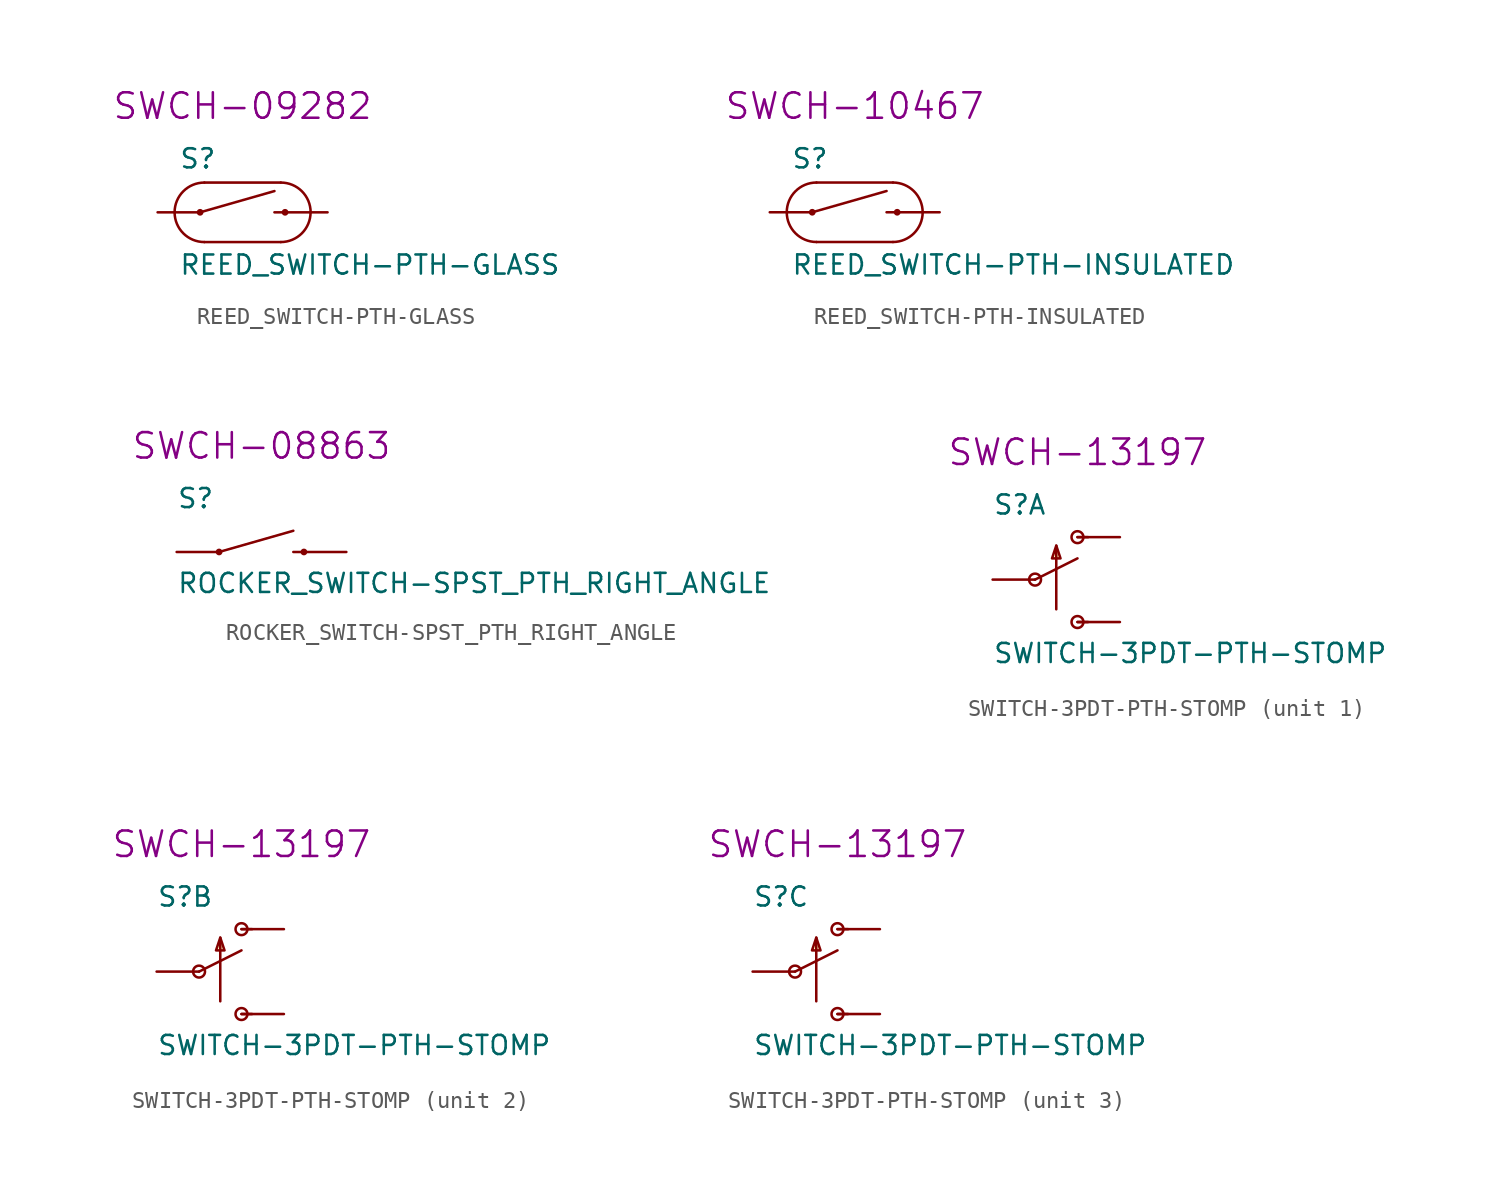
<source format=kicad_sym>
(kicad_symbol_lib
  (version 20211014)
  (generator kicad_symbol_editor)
  (symbol "REED_SWITCH-PTH-GLASS"
    (pin_numbers hide)
    (pin_names
      (offset 1.016) hide)
    (property "Reference" "S"
      (at -3.81 2.54 0)
      (effects (font (size 1.143 1.143)) (justify left bottom)))
    (property "Value" "REED_SWITCH-PTH-GLASS"
      (at -3.81 -3.81 0)
      (effects (font (size 1.143 1.143)) (justify left bottom)))
    (property "Field4" "SWCH-09282"
      (at 0 6.35 0)
      (effects (font (size 1.524 1.524))))
    (property "ki_locked" ""
      (at 0 0 0)
      (effects (font (size 1.27 1.27))))
    (symbol "REED_SWITCH-PTH-GLASS_1_0"
      (polyline (pts (xy -2.54 0) (xy 1.905 1.27)) (stroke (width 0) (type default) (color 0 0 0 0)) (fill (type none)))
      (polyline (pts (xy -2.286 1.778) (xy 2.286 1.778)) (stroke (width 0) (type default) (color 0 0 0 0)) (fill (type none)))
      (polyline (pts (xy 1.905 0) (xy 2.54 0)) (stroke (width 0) (type default) (color 0 0 0 0)) (fill (type none)))
      (polyline (pts (xy 2.286 -1.778) (xy -2.286 -1.778)) (stroke (width 0) (type default) (color 0 0 0 0)) (fill (type none))))
    (symbol "REED_SWITCH-PTH-GLASS_1_1"
      (arc (start -4.064 0) (mid -3.5432 -1.2572) (end -2.286 -1.778) (stroke (width 0) (type default) (color 0 0 0 0)) (fill (type none)))
      (circle (center -2.54 0) (radius 0.127) (stroke (width 0) (type default) (color 0 0 0 0)) (fill (type outline)))
      (arc (start -2.286 1.778) (mid -3.5432 1.2572) (end -4.064 0) (stroke (width 0) (type default) (color 0 0 0 0)) (fill (type none)))
      (arc (start 2.286 -1.778) (mid 3.5432 -1.2572) (end 4.064 0) (stroke (width 0) (type default) (color 0 0 0 0)) (fill (type none)))
      (circle (center 2.54 0) (radius 0.127) (stroke (width 0) (type default) (color 0 0 0 0)) (fill (type outline)))
      (arc (start 4.064 0) (mid 3.5432 1.2572) (end 2.286 1.778) (stroke (width 0) (type default) (color 0 0 0 0)) (fill (type none)))
      (pin passive line (at -5.08 0 0) (length 2.54) (name "1" (effects (font (size 1.016 1.016)))) (number "P$1" (effects (font (size 1.016 1.016)))))
      (pin passive line (at 5.08 0 180) (length 2.54) (name "2" (effects (font (size 1.016 1.016)))) (number "P$2" (effects (font (size 1.016 1.016)))))))
  (symbol "REED_SWITCH-PTH-INSULATED"
    (pin_numbers hide)
    (pin_names
      (offset 1.016) hide)
    (property "Reference" "S"
      (at -3.81 2.54 0)
      (effects (font (size 1.143 1.143)) (justify left bottom)))
    (property "Value" "REED_SWITCH-PTH-INSULATED"
      (at -3.81 -3.81 0)
      (effects (font (size 1.143 1.143)) (justify left bottom)))
    (property "Field4" "SWCH-10467"
      (at 0 6.35 0)
      (effects (font (size 1.524 1.524))))
    (property "ki_locked" ""
      (at 0 0 0)
      (effects (font (size 1.27 1.27))))
    (symbol "REED_SWITCH-PTH-INSULATED_1_0"
      (polyline (pts (xy -2.54 0) (xy 1.905 1.27)) (stroke (width 0) (type default) (color 0 0 0 0)) (fill (type none)))
      (polyline (pts (xy -2.286 1.778) (xy 2.286 1.778)) (stroke (width 0) (type default) (color 0 0 0 0)) (fill (type none)))
      (polyline (pts (xy 1.905 0) (xy 2.54 0)) (stroke (width 0) (type default) (color 0 0 0 0)) (fill (type none)))
      (polyline (pts (xy 2.286 -1.778) (xy -2.286 -1.778)) (stroke (width 0) (type default) (color 0 0 0 0)) (fill (type none))))
    (symbol "REED_SWITCH-PTH-INSULATED_1_1"
      (arc (start -4.064 0) (mid -3.5432 -1.2572) (end -2.286 -1.778) (stroke (width 0) (type default) (color 0 0 0 0)) (fill (type none)))
      (circle (center -2.54 0) (radius 0.127) (stroke (width 0) (type default) (color 0 0 0 0)) (fill (type outline)))
      (arc (start -2.286 1.778) (mid -3.5432 1.2572) (end -4.064 0) (stroke (width 0) (type default) (color 0 0 0 0)) (fill (type none)))
      (arc (start 2.286 -1.778) (mid 3.5432 -1.2572) (end 4.064 0) (stroke (width 0) (type default) (color 0 0 0 0)) (fill (type none)))
      (circle (center 2.54 0) (radius 0.127) (stroke (width 0) (type default) (color 0 0 0 0)) (fill (type outline)))
      (arc (start 4.064 0) (mid 3.5432 1.2572) (end 2.286 1.778) (stroke (width 0) (type default) (color 0 0 0 0)) (fill (type none)))
      (pin passive line (at -5.08 0 0) (length 2.54) (name "1" (effects (font (size 1.016 1.016)))) (number "P$1" (effects (font (size 1.016 1.016)))))
      (pin passive line (at 5.08 0 180) (length 2.54) (name "2" (effects (font (size 1.016 1.016)))) (number "P$2" (effects (font (size 1.016 1.016)))))))
  (symbol "ROCKER_SWITCH-SPST_PTH_RIGHT_ANGLE"
    (pin_numbers hide)
    (pin_names
      (offset 1.016) hide)
    (property "Reference" "S"
      (at -5.08 2.54 0)
      (effects (font (size 1.143 1.143)) (justify left bottom)))
    (property "Value" "ROCKER_SWITCH-SPST_PTH_RIGHT_ANGLE"
      (at -5.08 -2.54 0)
      (effects (font (size 1.143 1.143)) (justify left bottom)))
    (property "Field4" "SWCH-08863"
      (at 0 6.35 0)
      (effects (font (size 1.524 1.524))))
    (property "ki_locked" ""
      (at 0 0 0)
      (effects (font (size 1.27 1.27))))
    (symbol "ROCKER_SWITCH-SPST_PTH_RIGHT_ANGLE_1_0"
      (polyline (pts (xy -2.54 0) (xy 1.905 1.27)) (stroke (width 0) (type default) (color 0 0 0 0)) (fill (type none)))
      (polyline (pts (xy 1.905 0) (xy 2.54 0)) (stroke (width 0) (type default) (color 0 0 0 0)) (fill (type none))))
    (symbol "ROCKER_SWITCH-SPST_PTH_RIGHT_ANGLE_1_1"
      (circle (center -2.54 0) (radius 0.127) (stroke (width 0) (type default) (color 0 0 0 0)) (fill (type outline)))
      (circle (center 2.54 0) (radius 0.127) (stroke (width 0) (type default) (color 0 0 0 0)) (fill (type outline)))
      (pin passive line (at -5.08 0 0) (length 2.54) (name "1" (effects (font (size 1.016 1.016)))) (number "1" (effects (font (size 1.016 1.016)))))
      (pin passive line (at 5.08 0 180) (length 2.54) (name "2" (effects (font (size 1.016 1.016)))) (number "2" (effects (font (size 1.016 1.016)))))))
  (symbol "SWITCH-3PDT-PTH-STOMP"
    (pin_numbers hide)
    (pin_names
      (offset 1.016) hide)
    (property "Reference" "S"
      (at -5.08 3.81 0)
      (effects (font (size 1.143 1.143)) (justify left bottom)))
    (property "Value" "SWITCH-3PDT-PTH-STOMP"
      (at -5.08 -5.08 0)
      (effects (font (size 1.143 1.143)) (justify left bottom)))
    (property "Field4" "SWCH-13197"
      (at 0 7.62 0)
      (effects (font (size 1.524 1.524))))
    (property "ki_locked" ""
      (at 0 0 0)
      (effects (font (size 1.27 1.27))))
    (symbol "SWITCH-3PDT-PTH-STOMP_1_0"
      (polyline (pts (xy -2.54 0) (xy 0 1.27)) (stroke (width 0) (type default) (color 0 0 0 0)) (fill (type none)))
      (polyline (pts (xy -1.27 -1.778) (xy -1.27 2.032)) (stroke (width 0) (type default) (color 0 0 0 0)) (fill (type none)))
      (polyline (pts (xy 0 -2.54) (xy 0.635 -2.54)) (stroke (width 0) (type default) (color 0 0 0 0)) (fill (type none)))
      (polyline (pts (xy 0 2.54) (xy 0.635 2.54)) (stroke (width 0) (type default) (color 0 0 0 0)) (fill (type none))))
    (symbol "SWITCH-3PDT-PTH-STOMP_1_1"
      (circle (center -2.54 0) (radius 0.356) (stroke (width 0) (type default) (color 0 0 0 0)) (fill (type none)))
      (circle (center 0 -2.54) (radius 0.356) (stroke (width 0) (type default) (color 0 0 0 0)) (fill (type none)))
      (polyline (pts (xy -1.27 2.032) (xy -1.524 1.27) (xy -1.016 1.27) (xy -1.27 2.032)) (stroke (width 0) (type default) (color 0 0 0 0)) (fill (type background)))
      (circle (center 0 2.54) (radius 0.356) (stroke (width 0) (type default) (color 0 0 0 0)) (fill (type none)))
      (pin passive line (at 2.54 2.54 180) (length 2.54) (name "O" (effects (font (size 1.016 1.016)))) (number "P$1" (effects (font (size 1.016 1.016)))))
      (pin passive line (at -5.08 0 0) (length 2.54) (name "P" (effects (font (size 1.016 1.016)))) (number "P$2" (effects (font (size 1.016 1.016)))))
      (pin passive line (at 2.54 -2.54 180) (length 2.54) (name "S" (effects (font (size 1.016 1.016)))) (number "P$3" (effects (font (size 1.016 1.016))))))
    (symbol "SWITCH-3PDT-PTH-STOMP_2_0"
      (polyline (pts (xy -2.54 0) (xy 0 1.27)) (stroke (width 0) (type default) (color 0 0 0 0)) (fill (type none)))
      (polyline (pts (xy -1.27 -1.778) (xy -1.27 2.032)) (stroke (width 0) (type default) (color 0 0 0 0)) (fill (type none)))
      (polyline (pts (xy 0 -2.54) (xy 0.635 -2.54)) (stroke (width 0) (type default) (color 0 0 0 0)) (fill (type none)))
      (polyline (pts (xy 0 2.54) (xy 0.635 2.54)) (stroke (width 0) (type default) (color 0 0 0 0)) (fill (type none))))
    (symbol "SWITCH-3PDT-PTH-STOMP_2_1"
      (circle (center -2.54 0) (radius 0.356) (stroke (width 0) (type default) (color 0 0 0 0)) (fill (type none)))
      (circle (center 0 -2.54) (radius 0.356) (stroke (width 0) (type default) (color 0 0 0 0)) (fill (type none)))
      (polyline (pts (xy -1.27 2.032) (xy -1.524 1.27) (xy -1.016 1.27) (xy -1.27 2.032)) (stroke (width 0) (type default) (color 0 0 0 0)) (fill (type background)))
      (circle (center 0 2.54) (radius 0.356) (stroke (width 0) (type default) (color 0 0 0 0)) (fill (type none)))
      (pin passive line (at 2.54 2.54 180) (length 2.54) (name "O" (effects (font (size 1.016 1.016)))) (number "P$4" (effects (font (size 1.016 1.016)))))
      (pin passive line (at -5.08 0 0) (length 2.54) (name "P" (effects (font (size 1.016 1.016)))) (number "P$5" (effects (font (size 1.016 1.016)))))
      (pin passive line (at 2.54 -2.54 180) (length 2.54) (name "S" (effects (font (size 1.016 1.016)))) (number "P$6" (effects (font (size 1.016 1.016))))))
    (symbol "SWITCH-3PDT-PTH-STOMP_3_0"
      (polyline (pts (xy -2.54 0) (xy 0 1.27)) (stroke (width 0) (type default) (color 0 0 0 0)) (fill (type none)))
      (polyline (pts (xy -1.27 -1.778) (xy -1.27 2.032)) (stroke (width 0) (type default) (color 0 0 0 0)) (fill (type none)))
      (polyline (pts (xy 0 -2.54) (xy 0.635 -2.54)) (stroke (width 0) (type default) (color 0 0 0 0)) (fill (type none)))
      (polyline (pts (xy 0 2.54) (xy 0.635 2.54)) (stroke (width 0) (type default) (color 0 0 0 0)) (fill (type none))))
    (symbol "SWITCH-3PDT-PTH-STOMP_3_1"
      (circle (center -2.54 0) (radius 0.356) (stroke (width 0) (type default) (color 0 0 0 0)) (fill (type none)))
      (circle (center 0 -2.54) (radius 0.356) (stroke (width 0) (type default) (color 0 0 0 0)) (fill (type none)))
      (polyline (pts (xy -1.27 2.032) (xy -1.524 1.27) (xy -1.016 1.27) (xy -1.27 2.032)) (stroke (width 0) (type default) (color 0 0 0 0)) (fill (type background)))
      (circle (center 0 2.54) (radius 0.356) (stroke (width 0) (type default) (color 0 0 0 0)) (fill (type none)))
      (pin passive line (at 2.54 2.54 180) (length 2.54) (name "O" (effects (font (size 1.016 1.016)))) (number "P$7" (effects (font (size 1.016 1.016)))))
      (pin passive line (at -5.08 0 0) (length 2.54) (name "P" (effects (font (size 1.016 1.016)))) (number "P$8" (effects (font (size 1.016 1.016)))))
      (pin passive line (at 2.54 -2.54 180) (length 2.54) (name "S" (effects (font (size 1.016 1.016)))) (number "P$9" (effects (font (size 1.016 1.016))))))))
</source>
